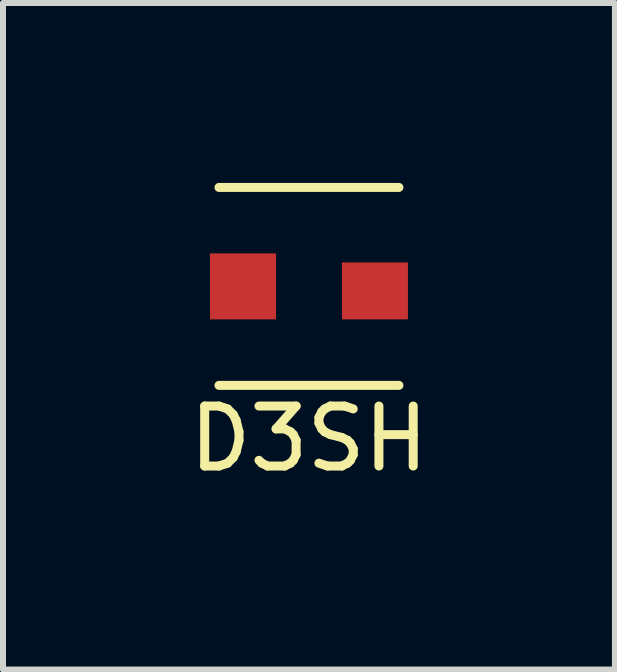
<source format=kicad_pcb>
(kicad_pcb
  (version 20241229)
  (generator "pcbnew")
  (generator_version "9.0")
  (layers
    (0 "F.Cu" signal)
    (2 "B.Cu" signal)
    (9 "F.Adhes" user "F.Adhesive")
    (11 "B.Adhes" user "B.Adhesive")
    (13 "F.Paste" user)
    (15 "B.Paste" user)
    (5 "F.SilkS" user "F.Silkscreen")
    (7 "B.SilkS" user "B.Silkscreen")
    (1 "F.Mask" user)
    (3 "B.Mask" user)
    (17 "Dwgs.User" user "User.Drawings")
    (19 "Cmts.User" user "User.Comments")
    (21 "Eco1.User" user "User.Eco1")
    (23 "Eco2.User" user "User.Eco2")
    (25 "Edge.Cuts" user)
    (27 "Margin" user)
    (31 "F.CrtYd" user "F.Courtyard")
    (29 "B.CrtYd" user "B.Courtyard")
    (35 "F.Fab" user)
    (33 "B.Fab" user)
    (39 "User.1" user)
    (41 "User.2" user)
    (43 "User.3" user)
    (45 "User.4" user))
  (footprint "D3SH"
    (layer "F.Cu")
    (at 2.101 1.725)
    (property "Reference" "D3SH" (at 0 2.54 0) (layer "F.SilkS") (effects (font (size 1 1) (thickness 0.15))))
    (attr through_hole)
    (fp_line (start -1.5 -1.65) (end 1.5 -1.65) (stroke (width 0.15) (type solid)) (layer "F.SilkS"))
    (fp_line (start 1.5 1.65) (end -1.5 1.65) (stroke (width 0.15) (type solid)) (layer "F.SilkS"))
    (pad "1" smd rect (at -1.1 0) (size 1.1 1.1) (layers "F.Cu" "F.Mask" "F.Paste"))
    (pad "2" smd rect (at 1.1 0.075) (size 1.1 0.95) (layers "F.Cu" "F.Mask" "F.Paste")))
  (gr_rect
    (start -3 -3)
    (end 7.202 8.113)
    (stroke (width 0.1) (type default))
    (fill no)
    (layer "Edge.Cuts")))
</source>
